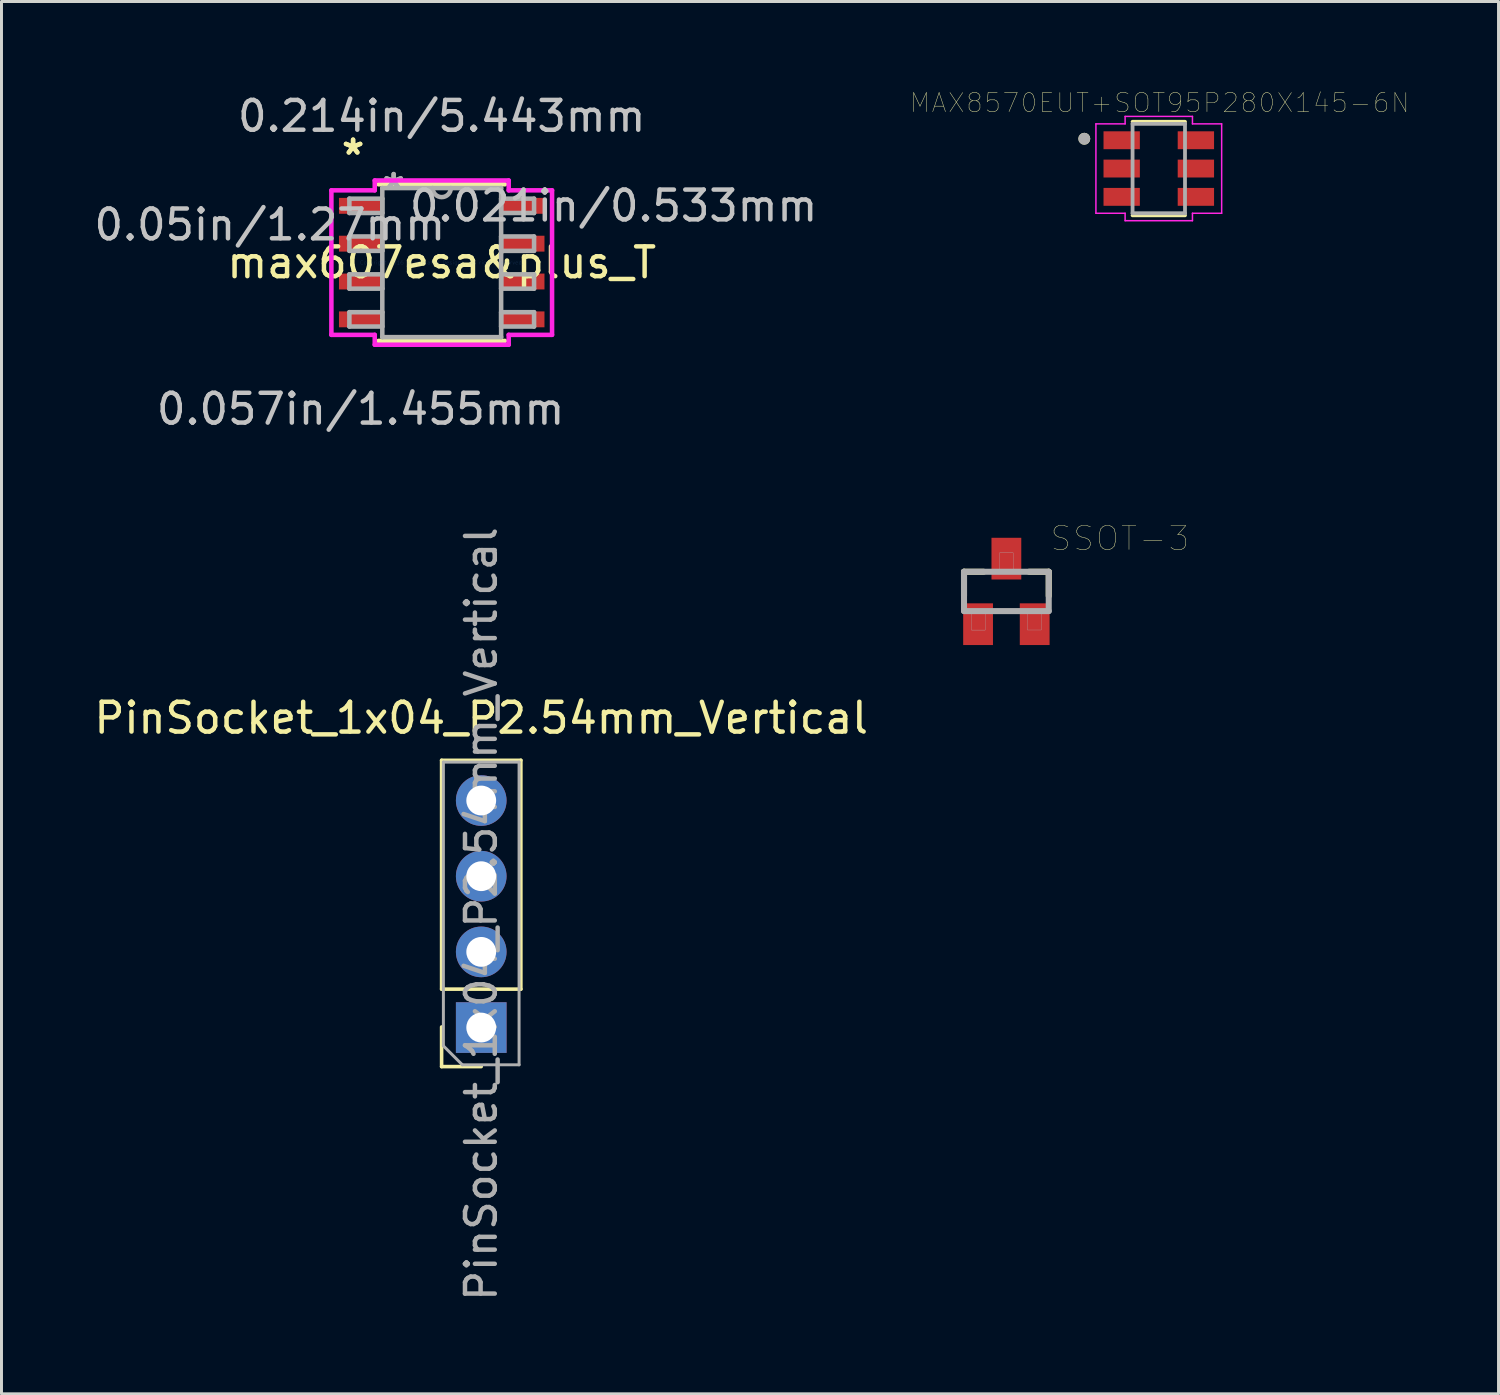
<source format=kicad_pcb>
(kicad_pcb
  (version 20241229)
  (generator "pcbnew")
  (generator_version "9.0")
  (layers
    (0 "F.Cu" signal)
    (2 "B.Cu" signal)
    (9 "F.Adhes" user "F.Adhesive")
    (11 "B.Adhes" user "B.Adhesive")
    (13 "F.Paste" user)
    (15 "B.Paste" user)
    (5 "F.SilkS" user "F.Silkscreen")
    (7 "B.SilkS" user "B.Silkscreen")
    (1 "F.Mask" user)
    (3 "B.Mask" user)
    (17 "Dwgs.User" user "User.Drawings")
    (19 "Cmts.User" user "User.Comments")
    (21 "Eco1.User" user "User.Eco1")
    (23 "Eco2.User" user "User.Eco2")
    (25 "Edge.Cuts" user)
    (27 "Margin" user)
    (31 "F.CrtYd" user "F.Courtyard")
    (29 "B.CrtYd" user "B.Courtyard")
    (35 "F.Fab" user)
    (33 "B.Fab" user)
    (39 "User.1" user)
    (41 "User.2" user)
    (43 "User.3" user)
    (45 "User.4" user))
  (footprint "SSOT-3"
    (layer "F.Cu")
    (at 30.726 16.799)
    (property "Reference" "SSOT-3" (at 3.81 -1.778 0) (layer "F.SilkS") (effects (font (size 0.8 0.8) (thickness 0.015))))
    (attr through_hole)
    (fp_line (start -1.422 -0.66) (end -0.764 -0.66) (stroke (width 0.203) (type solid)) (layer "F.SilkS"))
    (fp_line (start -1.422 0.152) (end -1.422 -0.66) (stroke (width 0.203) (type solid)) (layer "F.SilkS"))
    (fp_line (start 0.764 -0.66) (end 1.422 -0.66) (stroke (width 0.203) (type solid)) (layer "F.SilkS"))
    (fp_line (start 1.422 -0.66) (end 1.422 0.152) (stroke (width 0.203) (type solid)) (layer "F.SilkS"))
    (fp_line (start -1.422 -0.66) (end 1.422 -0.66) (stroke (width 0.203) (type solid)) (layer "F.Fab"))
    (fp_line (start -1.422 0.66) (end -1.422 -0.66) (stroke (width 0.203) (type solid)) (layer "F.Fab"))
    (fp_line (start 1.422 -0.66) (end 1.422 0.66) (stroke (width 0.203) (type solid)) (layer "F.Fab"))
    (fp_line (start 1.422 0.66) (end -1.422 0.66) (stroke (width 0.203) (type solid)) (layer "F.Fab"))
    (fp_poly (pts (xy -1.17 0.711) (xy -0.711 0.711) (xy -0.711 1.298) (xy -1.17 1.298)) (stroke (width 0.01) (type solid)) (fill no) (layer "F.Fab"))
    (fp_poly (pts (xy -0.229 -1.295) (xy 0.229 -1.295) (xy 0.229 -0.712) (xy -0.229 -0.712)) (stroke (width 0.01) (type solid)) (fill no) (layer "F.Fab"))
    (fp_poly (pts (xy 0.711 0.711) (xy 1.168 0.711) (xy 1.168 1.295) (xy 0.711 1.295)) (stroke (width 0.01) (type solid)) (fill no) (layer "F.Fab"))
    (pad "1" smd rect (at -0.95 1.1) (size 1 1.4) (layers "F.Cu" "F.Mask" "F.Paste"))
    (pad "2" smd rect (at 0.95 1.1) (size 1 1.4) (layers "F.Cu" "F.Mask" "F.Paste"))
    (pad "3" smd rect (at 0 -1.1) (size 1 1.4) (layers "F.Cu" "F.Mask" "F.Paste")))
  (footprint "MAX8570EUT+SOT95P280X145-6N"
    (layer "F.Cu")
    (at 35.841 2.607)
    (property "Reference" "MAX8570EUT+SOT95P280X145-6N" (at 0.032 -2.206 0) (layer "F.SilkS") (effects (font (size 0.64 0.64) (thickness 0.015))))
    (attr through_hole)
    (fp_line (start -0.88 -1.57) (end 0.88 -1.57) (stroke (width 0.127) (type solid)) (layer "F.SilkS"))
    (fp_line (start -0.88 1.57) (end 0.88 1.57) (stroke (width 0.127) (type solid)) (layer "F.SilkS"))
    (fp_circle (center -2.5 -1) (end -2.4 -1) (stroke (width 0.2) (type solid)) (fill no) (layer "F.SilkS"))
    (fp_line (start -2.11 -1.5) (end -2.11 1.5) (stroke (width 0.05) (type solid)) (layer "F.CrtYd"))
    (fp_line (start -2.11 -1.5) (end -1.13 -1.5) (stroke (width 0.05) (type solid)) (layer "F.CrtYd"))
    (fp_line (start -1.13 -1.75) (end 1.13 -1.75) (stroke (width 0.05) (type solid)) (layer "F.CrtYd"))
    (fp_line (start -1.13 -1.5) (end -1.13 -1.75) (stroke (width 0.05) (type solid)) (layer "F.CrtYd"))
    (fp_line (start -1.13 1.5) (end -2.11 1.5) (stroke (width 0.05) (type solid)) (layer "F.CrtYd"))
    (fp_line (start -1.13 1.75) (end -1.13 1.5) (stroke (width 0.05) (type solid)) (layer "F.CrtYd"))
    (fp_line (start 1.13 -1.75) (end 1.13 -1.5) (stroke (width 0.05) (type solid)) (layer "F.CrtYd"))
    (fp_line (start 1.13 -1.5) (end 2.11 -1.5) (stroke (width 0.05) (type solid)) (layer "F.CrtYd"))
    (fp_line (start 1.13 1.5) (end 1.13 1.75) (stroke (width 0.05) (type solid)) (layer "F.CrtYd"))
    (fp_line (start 1.13 1.75) (end -1.13 1.75) (stroke (width 0.05) (type solid)) (layer "F.CrtYd"))
    (fp_line (start 2.11 1.5) (end 1.13 1.5) (stroke (width 0.05) (type solid)) (layer "F.CrtYd"))
    (fp_line (start 2.11 1.5) (end 2.11 -1.5) (stroke (width 0.05) (type solid)) (layer "F.CrtYd"))
    (fp_line (start -0.88 -1.5) (end 0.88 -1.5) (stroke (width 0.127) (type solid)) (layer "F.Fab"))
    (fp_line (start -0.88 1.5) (end -0.88 -1.5) (stroke (width 0.127) (type solid)) (layer "F.Fab"))
    (fp_line (start 0.88 -1.5) (end 0.88 1.5) (stroke (width 0.127) (type solid)) (layer "F.Fab"))
    (fp_line (start 0.88 1.5) (end -0.88 1.5) (stroke (width 0.127) (type solid)) (layer "F.Fab"))
    (fp_circle (center -2.5 -1) (end -2.4 -1) (stroke (width 0.2) (type solid)) (fill no) (layer "F.Fab"))
    (pad "1" smd rect (at -1.245 -0.95) (size 1.22 0.6) (layers "F.Cu" "F.Mask" "F.Paste"))
    (pad "2" smd rect (at -1.245 0) (size 1.22 0.6) (layers "F.Cu" "F.Mask" "F.Paste"))
    (pad "3" smd rect (at -1.245 0.95) (size 1.22 0.6) (layers "F.Cu" "F.Mask" "F.Paste"))
    (pad "4" smd rect (at 1.245 0.95) (size 1.22 0.6) (layers "F.Cu" "F.Mask" "F.Paste"))
    (pad "5" smd rect (at 1.245 0) (size 1.22 0.6) (layers "F.Cu" "F.Mask" "F.Paste"))
    (pad "6" smd rect (at 1.245 -0.95) (size 1.22 0.6) (layers "F.Cu" "F.Mask" "F.Paste")))
  (footprint "PinSocket_1x04_P2.54mm_Vertical"
    (layer "F.Cu")
    (at 13.101 23.817)
    (property "Reference" "PinSocket_1x04_P2.54mm_Vertical" (at 0 -2.77 0) (layer "F.SilkS") (effects (font (size 1 1) (thickness 0.15))))
    (attr through_hole)
    (fp_line (start -1.33 6.33) (end -1.33 -1.35) (stroke (width 0.12) (type solid)) (layer "F.SilkS"))
    (fp_line (start -1.33 8.93) (end -1.33 7.6) (stroke (width 0.12) (type solid)) (layer "F.SilkS"))
    (fp_line (start 0 8.93) (end -1.33 8.93) (stroke (width 0.12) (type solid)) (layer "F.SilkS"))
    (fp_line (start 1.33 -1.35) (end -1.33 -1.35) (stroke (width 0.12) (type solid)) (layer "F.SilkS"))
    (fp_line (start 1.33 6.33) (end -1.33 6.33) (stroke (width 0.12) (type solid)) (layer "F.SilkS"))
    (fp_line (start 1.33 6.33) (end 1.33 -1.35) (stroke (width 0.12) (type solid)) (layer "F.SilkS"))
    (fp_line (start -1.27 -1.29) (end 1.27 -1.29) (stroke (width 0.1) (type solid)) (layer "F.Fab"))
    (fp_line (start -1.27 8.235) (end -1.27 -1.29) (stroke (width 0.1) (type solid)) (layer "F.Fab"))
    (fp_line (start -0.635 8.87) (end -1.27 8.235) (stroke (width 0.1) (type solid)) (layer "F.Fab"))
    (fp_line (start 1.27 -1.29) (end 1.27 8.87) (stroke (width 0.1) (type solid)) (layer "F.Fab"))
    (fp_line (start 1.27 8.87) (end -0.635 8.87) (stroke (width 0.1) (type solid)) (layer "F.Fab"))
    (fp_text user "${REFERENCE}" (at 0 3.81 90) (layer "F.Fab") (effects (font (size 1 1) (thickness 0.15))))
    (pad "1" thru_hole circle (at 0 0) (size 1.7 1.7) (drill 1) (layers "*.Cu" "*.Mask"))
    (pad "2" thru_hole oval (at 0 2.54) (size 1.7 1.7) (drill 1) (layers "*.Cu" "*.Mask"))
    (pad "3" thru_hole oval (at 0 5.08) (size 1.7 1.7) (drill 1) (layers "*.Cu" "*.Mask"))
    (pad "4" thru_hole rect (at 0 7.62) (size 1.7 1.7) (drill 1) (layers "*.Cu" "*.Mask")))
  (footprint "max607esa&plus_T"
    (layer "F.Cu")
    (at 11.775 5.763)
    (property "Reference" "max607esa&plus_T" (at 0 0 0) (layer "F.SilkS") (effects (font (size 1 1) (thickness 0.15))))
    (attr through_hole)
    (fp_line (start -2.121 2.629) (end 2.121 2.629) (stroke (width 0.152) (type solid)) (layer "F.SilkS"))
    (fp_line (start 2.121 -2.629) (end -2.121 -2.629) (stroke (width 0.152) (type solid)) (layer "F.SilkS"))
    (fp_line (start -3.703 -2.425) (end -2.248 -2.425) (stroke (width 0.152) (type solid)) (layer "F.CrtYd"))
    (fp_line (start -3.703 2.425) (end -3.703 -2.425) (stroke (width 0.152) (type solid)) (layer "F.CrtYd"))
    (fp_line (start -2.248 -2.756) (end 2.248 -2.756) (stroke (width 0.152) (type solid)) (layer "F.CrtYd"))
    (fp_line (start -2.248 -2.425) (end -2.248 -2.756) (stroke (width 0.152) (type solid)) (layer "F.CrtYd"))
    (fp_line (start -2.248 2.425) (end -3.703 2.425) (stroke (width 0.152) (type solid)) (layer "F.CrtYd"))
    (fp_line (start -2.248 2.756) (end -2.248 2.425) (stroke (width 0.152) (type solid)) (layer "F.CrtYd"))
    (fp_line (start 2.248 -2.756) (end 2.248 -2.425) (stroke (width 0.152) (type solid)) (layer "F.CrtYd"))
    (fp_line (start 2.248 -2.425) (end 3.703 -2.425) (stroke (width 0.152) (type solid)) (layer "F.CrtYd"))
    (fp_line (start 2.248 2.425) (end 2.248 2.756) (stroke (width 0.152) (type solid)) (layer "F.CrtYd"))
    (fp_line (start 2.248 2.756) (end -2.248 2.756) (stroke (width 0.152) (type solid)) (layer "F.CrtYd"))
    (fp_line (start 3.703 -2.425) (end 3.703 2.425) (stroke (width 0.152) (type solid)) (layer "F.CrtYd"))
    (fp_line (start 3.703 2.425) (end 2.248 2.425) (stroke (width 0.152) (type solid)) (layer "F.CrtYd"))
    (fp_line (start -3.099 -2.146) (end -3.099 -1.664) (stroke (width 0.152) (type solid)) (layer "F.Fab"))
    (fp_line (start -3.099 -1.664) (end -1.994 -1.664) (stroke (width 0.152) (type solid)) (layer "F.Fab"))
    (fp_line (start -3.099 -0.876) (end -3.099 -0.394) (stroke (width 0.152) (type solid)) (layer "F.Fab"))
    (fp_line (start -3.099 -0.394) (end -1.994 -0.394) (stroke (width 0.152) (type solid)) (layer "F.Fab"))
    (fp_line (start -3.099 0.394) (end -3.099 0.876) (stroke (width 0.152) (type solid)) (layer "F.Fab"))
    (fp_line (start -3.099 0.876) (end -1.994 0.876) (stroke (width 0.152) (type solid)) (layer "F.Fab"))
    (fp_line (start -3.099 1.664) (end -3.099 2.146) (stroke (width 0.152) (type solid)) (layer "F.Fab"))
    (fp_line (start -3.099 2.146) (end -1.994 2.146) (stroke (width 0.152) (type solid)) (layer "F.Fab"))
    (fp_line (start -1.994 -2.502) (end -1.994 2.502) (stroke (width 0.152) (type solid)) (layer "F.Fab"))
    (fp_line (start -1.994 -2.146) (end -3.099 -2.146) (stroke (width 0.152) (type solid)) (layer "F.Fab"))
    (fp_line (start -1.994 -1.664) (end -1.994 -2.146) (stroke (width 0.152) (type solid)) (layer "F.Fab"))
    (fp_line (start -1.994 -0.876) (end -3.099 -0.876) (stroke (width 0.152) (type solid)) (layer "F.Fab"))
    (fp_line (start -1.994 -0.394) (end -1.994 -0.876) (stroke (width 0.152) (type solid)) (layer "F.Fab"))
    (fp_line (start -1.994 0.394) (end -3.099 0.394) (stroke (width 0.152) (type solid)) (layer "F.Fab"))
    (fp_line (start -1.994 0.876) (end -1.994 0.394) (stroke (width 0.152) (type solid)) (layer "F.Fab"))
    (fp_line (start -1.994 1.664) (end -3.099 1.664) (stroke (width 0.152) (type solid)) (layer "F.Fab"))
    (fp_line (start -1.994 2.146) (end -1.994 1.664) (stroke (width 0.152) (type solid)) (layer "F.Fab"))
    (fp_line (start -1.994 2.502) (end 1.994 2.502) (stroke (width 0.152) (type solid)) (layer "F.Fab"))
    (fp_line (start 1.994 -2.502) (end -1.994 -2.502) (stroke (width 0.152) (type solid)) (layer "F.Fab"))
    (fp_line (start 1.994 -2.146) (end 1.994 -1.664) (stroke (width 0.152) (type solid)) (layer "F.Fab"))
    (fp_line (start 1.994 -1.664) (end 3.099 -1.664) (stroke (width 0.152) (type solid)) (layer "F.Fab"))
    (fp_line (start 1.994 -0.876) (end 1.994 -0.394) (stroke (width 0.152) (type solid)) (layer "F.Fab"))
    (fp_line (start 1.994 -0.394) (end 3.099 -0.394) (stroke (width 0.152) (type solid)) (layer "F.Fab"))
    (fp_line (start 1.994 0.394) (end 1.994 0.876) (stroke (width 0.152) (type solid)) (layer "F.Fab"))
    (fp_line (start 1.994 0.876) (end 3.099 0.876) (stroke (width 0.152) (type solid)) (layer "F.Fab"))
    (fp_line (start 1.994 1.664) (end 1.994 2.146) (stroke (width 0.152) (type solid)) (layer "F.Fab"))
    (fp_line (start 1.994 2.146) (end 3.099 2.146) (stroke (width 0.152) (type solid)) (layer "F.Fab"))
    (fp_line (start 1.994 2.502) (end 1.994 -2.502) (stroke (width 0.152) (type solid)) (layer "F.Fab"))
    (fp_line (start 3.099 -2.146) (end 1.994 -2.146) (stroke (width 0.152) (type solid)) (layer "F.Fab"))
    (fp_line (start 3.099 -1.664) (end 3.099 -2.146) (stroke (width 0.152) (type solid)) (layer "F.Fab"))
    (fp_line (start 3.099 -0.876) (end 1.994 -0.876) (stroke (width 0.152) (type solid)) (layer "F.Fab"))
    (fp_line (start 3.099 -0.394) (end 3.099 -0.876) (stroke (width 0.152) (type solid)) (layer "F.Fab"))
    (fp_line (start 3.099 0.394) (end 1.994 0.394) (stroke (width 0.152) (type solid)) (layer "F.Fab"))
    (fp_line (start 3.099 0.876) (end 3.099 0.394) (stroke (width 0.152) (type solid)) (layer "F.Fab"))
    (fp_line (start 3.099 1.664) (end 1.994 1.664) (stroke (width 0.152) (type solid)) (layer "F.Fab"))
    (fp_line (start 3.099 2.146) (end 3.099 1.664) (stroke (width 0.152) (type solid)) (layer "F.Fab"))
    (fp_arc (start 0.3048 -2.5019) (mid 0 -2.1971) (end -0.3048 -2.5019) (stroke (width 0.1524) (type solid)) (layer "F.Fab"))
    (fp_text user "*" (at -2.975 -3.581 0) (layer "F.SilkS") (effects (font (size 1 1) (thickness 0.15))))
    (fp_text user "*" (at -2.975 -3.581 0) (layer "F.SilkS") (effects (font (size 1 1) (thickness 0.15))))
    (fp_text user "0.021in/0.533mm" (at 5.769 -1.905 0) (layer "Dwgs.User") (effects (font (size 1 1) (thickness 0.15))))
    (fp_text user "0.057in/1.455mm" (at -2.721 4.915 0) (layer "Dwgs.User") (effects (font (size 1 1) (thickness 0.15))))
    (fp_text user "0.05in/1.27mm" (at -5.769 -1.27 0) (layer "Dwgs.User") (effects (font (size 1 1) (thickness 0.15))))
    (fp_text user "0.214in/5.443mm" (at 0 -4.915 0) (layer "Dwgs.User") (effects (font (size 1 1) (thickness 0.15))))
    (fp_text user "Copyright 2016 Accelerated Designs. All rights reserved." (at 0 0 0) (layer "Cmts.User") (effects (font (size 0.127 0.127) (thickness 0.002))))
    (fp_text user "*" (at -1.613 -2.426 0) (layer "F.Fab") (effects (font (size 1 1) (thickness 0.15))))
    (fp_text user "*" (at -1.613 -2.426 0) (layer "F.Fab") (effects (font (size 1 1) (thickness 0.15))))
    (pad "1" smd rect (at -2.721 -1.905) (size 1.455 0.533) (layers "F.Cu" "F.Mask" "F.Paste"))
    (pad "2" smd rect (at -2.721 -0.635) (size 1.455 0.533) (layers "F.Cu" "F.Mask" "F.Paste"))
    (pad "3" smd rect (at -2.721 0.635) (size 1.455 0.533) (layers "F.Cu" "F.Mask" "F.Paste"))
    (pad "4" smd rect (at -2.721 1.905) (size 1.455 0.533) (layers "F.Cu" "F.Mask" "F.Paste"))
    (pad "5" smd rect (at 2.721 1.905) (size 1.455 0.533) (layers "F.Cu" "F.Mask" "F.Paste"))
    (pad "6" smd rect (at 2.721 0.635) (size 1.455 0.533) (layers "F.Cu" "F.Mask" "F.Paste"))
    (pad "7" smd rect (at 2.721 -0.635) (size 1.455 0.533) (layers "F.Cu" "F.Mask" "F.Paste"))
    (pad "8" smd rect (at 2.721 -1.905) (size 1.455 0.533) (layers "F.Cu" "F.Mask" "F.Paste")))
  (gr_rect
    (start -3 -3)
    (end 47.243 43.729)
    (stroke (width 0.1) (type default))
    (fill no)
    (layer "Edge.Cuts")))
</source>
